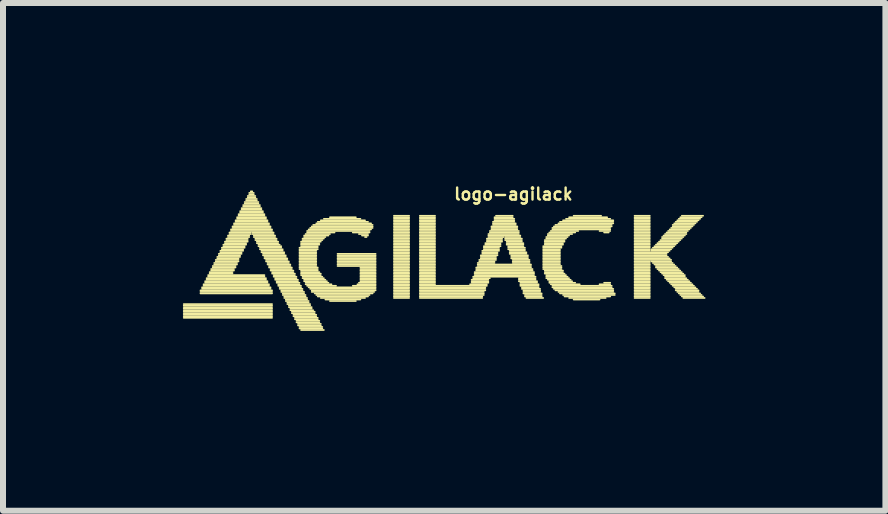
<source format=kicad_pcb>
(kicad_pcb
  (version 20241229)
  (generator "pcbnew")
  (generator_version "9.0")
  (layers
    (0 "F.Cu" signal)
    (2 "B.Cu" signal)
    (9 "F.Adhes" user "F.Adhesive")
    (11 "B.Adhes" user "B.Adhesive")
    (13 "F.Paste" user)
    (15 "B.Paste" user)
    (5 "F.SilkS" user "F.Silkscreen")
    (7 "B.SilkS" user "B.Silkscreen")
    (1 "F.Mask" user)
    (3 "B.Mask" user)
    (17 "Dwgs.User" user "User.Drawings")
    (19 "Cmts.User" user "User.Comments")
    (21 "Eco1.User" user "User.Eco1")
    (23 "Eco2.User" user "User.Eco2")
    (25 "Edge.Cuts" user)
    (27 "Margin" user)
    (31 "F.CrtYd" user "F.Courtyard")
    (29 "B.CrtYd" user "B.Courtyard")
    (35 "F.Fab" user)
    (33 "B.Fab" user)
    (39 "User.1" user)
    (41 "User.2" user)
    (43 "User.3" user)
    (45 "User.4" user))
  (footprint "logo-agilack"
    (layer "F.Cu")
    (at 3.377 1.264)
    (property "Reference" "logo-agilack" (at 2.134 -1.077 0) (layer "F.SilkS") (effects (font (size 0.2 0.2) (thickness 0.04))))
    (attr through_hole)
    (fp_line (start -3.363 0.757) (end -1.89 0.757) (stroke (width 0.028) (type solid)) (layer "F.SilkS"))
    (fp_line (start -3.363 0.782) (end -1.89 0.782) (stroke (width 0.028) (type solid)) (layer "F.SilkS"))
    (fp_line (start -3.363 0.808) (end -1.89 0.808) (stroke (width 0.028) (type solid)) (layer "F.SilkS"))
    (fp_line (start -3.363 0.833) (end -1.89 0.833) (stroke (width 0.028) (type solid)) (layer "F.SilkS"))
    (fp_line (start -3.363 0.859) (end -1.89 0.859) (stroke (width 0.028) (type solid)) (layer "F.SilkS"))
    (fp_line (start -3.363 0.884) (end -1.89 0.884) (stroke (width 0.028) (type solid)) (layer "F.SilkS"))
    (fp_line (start -3.363 0.909) (end -1.89 0.909) (stroke (width 0.028) (type solid)) (layer "F.SilkS"))
    (fp_line (start -3.363 0.935) (end -1.89 0.935) (stroke (width 0.028) (type solid)) (layer "F.SilkS"))
    (fp_line (start -3.363 0.96) (end -1.89 0.96) (stroke (width 0.028) (type solid)) (layer "F.SilkS"))
    (fp_line (start -3.363 0.986) (end -1.89 0.986) (stroke (width 0.028) (type solid)) (layer "F.SilkS"))
    (fp_line (start -3.084 0.528) (end -1.89 0.528) (stroke (width 0.028) (type solid)) (layer "F.SilkS"))
    (fp_line (start -3.084 0.554) (end -1.89 0.554) (stroke (width 0.028) (type solid)) (layer "F.SilkS"))
    (fp_line (start -3.084 0.579) (end -1.89 0.579) (stroke (width 0.028) (type solid)) (layer "F.SilkS"))
    (fp_line (start -3.058 0.478) (end -1.915 0.478) (stroke (width 0.028) (type solid)) (layer "F.SilkS"))
    (fp_line (start -3.058 0.503) (end -1.915 0.503) (stroke (width 0.028) (type solid)) (layer "F.SilkS"))
    (fp_line (start -3.033 0.427) (end -1.941 0.427) (stroke (width 0.028) (type solid)) (layer "F.SilkS"))
    (fp_line (start -3.033 0.452) (end -1.941 0.452) (stroke (width 0.028) (type solid)) (layer "F.SilkS"))
    (fp_line (start -3.007 0.376) (end -1.966 0.376) (stroke (width 0.028) (type solid)) (layer "F.SilkS"))
    (fp_line (start -3.007 0.401) (end -1.966 0.401) (stroke (width 0.028) (type solid)) (layer "F.SilkS"))
    (fp_line (start -2.982 0.325) (end -1.991 0.325) (stroke (width 0.028) (type solid)) (layer "F.SilkS"))
    (fp_line (start -2.982 0.351) (end -1.991 0.351) (stroke (width 0.028) (type solid)) (layer "F.SilkS"))
    (fp_line (start -2.957 0.274) (end -2.017 0.274) (stroke (width 0.028) (type solid)) (layer "F.SilkS"))
    (fp_line (start -2.957 0.3) (end -2.017 0.3) (stroke (width 0.028) (type solid)) (layer "F.SilkS"))
    (fp_line (start -2.931 0.224) (end -2.55 0.224) (stroke (width 0.028) (type solid)) (layer "F.SilkS"))
    (fp_line (start -2.931 0.249) (end -2.55 0.249) (stroke (width 0.028) (type solid)) (layer "F.SilkS"))
    (fp_line (start -2.906 0.173) (end -2.525 0.173) (stroke (width 0.028) (type solid)) (layer "F.SilkS"))
    (fp_line (start -2.906 0.198) (end -2.525 0.198) (stroke (width 0.028) (type solid)) (layer "F.SilkS"))
    (fp_line (start -2.88 0.122) (end -2.499 0.122) (stroke (width 0.028) (type solid)) (layer "F.SilkS"))
    (fp_line (start -2.88 0.147) (end -2.499 0.147) (stroke (width 0.028) (type solid)) (layer "F.SilkS"))
    (fp_line (start -2.855 0.071) (end -2.474 0.071) (stroke (width 0.028) (type solid)) (layer "F.SilkS"))
    (fp_line (start -2.855 0.097) (end -2.474 0.097) (stroke (width 0.028) (type solid)) (layer "F.SilkS"))
    (fp_line (start -2.83 0.02) (end -2.449 0.02) (stroke (width 0.028) (type solid)) (layer "F.SilkS"))
    (fp_line (start -2.83 0.046) (end -2.449 0.046) (stroke (width 0.028) (type solid)) (layer "F.SilkS"))
    (fp_line (start -2.804 -0.03) (end -2.423 -0.03) (stroke (width 0.028) (type solid)) (layer "F.SilkS"))
    (fp_line (start -2.804 -0.005) (end -2.449 -0.005) (stroke (width 0.028) (type solid)) (layer "F.SilkS"))
    (fp_line (start -2.779 -0.081) (end -2.398 -0.081) (stroke (width 0.028) (type solid)) (layer "F.SilkS"))
    (fp_line (start -2.779 -0.056) (end -2.423 -0.056) (stroke (width 0.028) (type solid)) (layer "F.SilkS"))
    (fp_line (start -2.753 -0.132) (end -2.372 -0.132) (stroke (width 0.028) (type solid)) (layer "F.SilkS"))
    (fp_line (start -2.753 -0.107) (end -2.398 -0.107) (stroke (width 0.028) (type solid)) (layer "F.SilkS"))
    (fp_line (start -2.728 -0.183) (end -2.347 -0.183) (stroke (width 0.028) (type solid)) (layer "F.SilkS"))
    (fp_line (start -2.728 -0.157) (end -2.372 -0.157) (stroke (width 0.028) (type solid)) (layer "F.SilkS"))
    (fp_line (start -2.703 -0.234) (end -2.322 -0.234) (stroke (width 0.028) (type solid)) (layer "F.SilkS"))
    (fp_line (start -2.703 -0.208) (end -2.347 -0.208) (stroke (width 0.028) (type solid)) (layer "F.SilkS"))
    (fp_line (start -2.677 -0.284) (end -2.296 -0.284) (stroke (width 0.028) (type solid)) (layer "F.SilkS"))
    (fp_line (start -2.677 -0.259) (end -2.322 -0.259) (stroke (width 0.028) (type solid)) (layer "F.SilkS"))
    (fp_line (start -2.652 -0.335) (end -2.296 -0.335) (stroke (width 0.028) (type solid)) (layer "F.SilkS"))
    (fp_line (start -2.652 -0.31) (end -2.296 -0.31) (stroke (width 0.028) (type solid)) (layer "F.SilkS"))
    (fp_line (start -2.626 -0.386) (end -2.271 -0.386) (stroke (width 0.028) (type solid)) (layer "F.SilkS"))
    (fp_line (start -2.626 -0.361) (end -2.271 -0.361) (stroke (width 0.028) (type solid)) (layer "F.SilkS"))
    (fp_line (start -2.601 -0.437) (end -2.245 -0.437) (stroke (width 0.028) (type solid)) (layer "F.SilkS"))
    (fp_line (start -2.601 -0.411) (end -2.245 -0.411) (stroke (width 0.028) (type solid)) (layer "F.SilkS"))
    (fp_line (start -2.576 -0.488) (end -1.89 -0.488) (stroke (width 0.028) (type solid)) (layer "F.SilkS"))
    (fp_line (start -2.576 -0.462) (end -1.89 -0.462) (stroke (width 0.028) (type solid)) (layer "F.SilkS"))
    (fp_line (start -2.55 -0.538) (end -1.915 -0.538) (stroke (width 0.028) (type solid)) (layer "F.SilkS"))
    (fp_line (start -2.55 -0.513) (end -1.915 -0.513) (stroke (width 0.028) (type solid)) (layer "F.SilkS"))
    (fp_line (start -2.525 -0.589) (end -1.941 -0.589) (stroke (width 0.028) (type solid)) (layer "F.SilkS"))
    (fp_line (start -2.525 -0.564) (end -1.941 -0.564) (stroke (width 0.028) (type solid)) (layer "F.SilkS"))
    (fp_line (start -2.499 -0.64) (end -1.966 -0.64) (stroke (width 0.028) (type solid)) (layer "F.SilkS"))
    (fp_line (start -2.499 -0.615) (end -1.966 -0.615) (stroke (width 0.028) (type solid)) (layer "F.SilkS"))
    (fp_line (start -2.474 -0.691) (end -1.991 -0.691) (stroke (width 0.028) (type solid)) (layer "F.SilkS"))
    (fp_line (start -2.474 -0.665) (end -1.991 -0.665) (stroke (width 0.028) (type solid)) (layer "F.SilkS"))
    (fp_line (start -2.449 -0.742) (end -2.017 -0.742) (stroke (width 0.028) (type solid)) (layer "F.SilkS"))
    (fp_line (start -2.449 -0.716) (end -2.017 -0.716) (stroke (width 0.028) (type solid)) (layer "F.SilkS"))
    (fp_line (start -2.423 -0.792) (end -2.042 -0.792) (stroke (width 0.028) (type solid)) (layer "F.SilkS"))
    (fp_line (start -2.423 -0.767) (end -2.042 -0.767) (stroke (width 0.028) (type solid)) (layer "F.SilkS"))
    (fp_line (start -2.398 -0.843) (end -2.068 -0.843) (stroke (width 0.028) (type solid)) (layer "F.SilkS"))
    (fp_line (start -2.398 -0.818) (end -2.068 -0.818) (stroke (width 0.028) (type solid)) (layer "F.SilkS"))
    (fp_line (start -2.372 -0.894) (end -2.093 -0.894) (stroke (width 0.028) (type solid)) (layer "F.SilkS"))
    (fp_line (start -2.372 -0.869) (end -2.093 -0.869) (stroke (width 0.028) (type solid)) (layer "F.SilkS"))
    (fp_line (start -2.347 -0.945) (end -2.118 -0.945) (stroke (width 0.028) (type solid)) (layer "F.SilkS"))
    (fp_line (start -2.347 -0.919) (end -2.118 -0.919) (stroke (width 0.028) (type solid)) (layer "F.SilkS"))
    (fp_line (start -2.322 -0.996) (end -2.144 -0.996) (stroke (width 0.028) (type solid)) (layer "F.SilkS"))
    (fp_line (start -2.322 -0.97) (end -2.144 -0.97) (stroke (width 0.028) (type solid)) (layer "F.SilkS"))
    (fp_line (start -2.296 -1.046) (end -2.169 -1.046) (stroke (width 0.028) (type solid)) (layer "F.SilkS"))
    (fp_line (start -2.296 -1.021) (end -2.169 -1.021) (stroke (width 0.028) (type solid)) (layer "F.SilkS"))
    (fp_line (start -2.271 -1.097) (end -2.195 -1.097) (stroke (width 0.028) (type solid)) (layer "F.SilkS"))
    (fp_line (start -2.271 -1.072) (end -2.195 -1.072) (stroke (width 0.028) (type solid)) (layer "F.SilkS"))
    (fp_line (start -2.245 -1.123) (end -2.22 -1.123) (stroke (width 0.028) (type solid)) (layer "F.SilkS"))
    (fp_line (start -2.22 -0.437) (end -1.864 -0.437) (stroke (width 0.028) (type solid)) (layer "F.SilkS"))
    (fp_line (start -2.22 -0.411) (end -1.864 -0.411) (stroke (width 0.028) (type solid)) (layer "F.SilkS"))
    (fp_line (start -2.195 -0.386) (end -1.839 -0.386) (stroke (width 0.028) (type solid)) (layer "F.SilkS"))
    (fp_line (start -2.195 -0.361) (end -1.839 -0.361) (stroke (width 0.028) (type solid)) (layer "F.SilkS"))
    (fp_line (start -2.169 -0.335) (end -1.814 -0.335) (stroke (width 0.028) (type solid)) (layer "F.SilkS"))
    (fp_line (start -2.169 -0.31) (end -1.814 -0.31) (stroke (width 0.028) (type solid)) (layer "F.SilkS"))
    (fp_line (start -2.144 -0.284) (end -1.788 -0.284) (stroke (width 0.028) (type solid)) (layer "F.SilkS"))
    (fp_line (start -2.144 -0.259) (end -1.788 -0.259) (stroke (width 0.028) (type solid)) (layer "F.SilkS"))
    (fp_line (start -2.118 -0.234) (end -1.763 -0.234) (stroke (width 0.028) (type solid)) (layer "F.SilkS"))
    (fp_line (start -2.118 -0.208) (end -1.737 -0.208) (stroke (width 0.028) (type solid)) (layer "F.SilkS"))
    (fp_line (start -2.093 -0.183) (end -1.737 -0.183) (stroke (width 0.028) (type solid)) (layer "F.SilkS"))
    (fp_line (start -2.093 -0.157) (end -1.712 -0.157) (stroke (width 0.028) (type solid)) (layer "F.SilkS"))
    (fp_line (start -2.068 -0.132) (end -1.712 -0.132) (stroke (width 0.028) (type solid)) (layer "F.SilkS"))
    (fp_line (start -2.068 -0.107) (end -1.687 -0.107) (stroke (width 0.028) (type solid)) (layer "F.SilkS"))
    (fp_line (start -2.042 -0.081) (end -1.687 -0.081) (stroke (width 0.028) (type solid)) (layer "F.SilkS"))
    (fp_line (start -2.042 -0.056) (end -1.661 -0.056) (stroke (width 0.028) (type solid)) (layer "F.SilkS"))
    (fp_line (start -2.017 -0.03) (end -1.661 -0.03) (stroke (width 0.028) (type solid)) (layer "F.SilkS"))
    (fp_line (start -2.017 -0.005) (end -1.636 -0.005) (stroke (width 0.028) (type solid)) (layer "F.SilkS"))
    (fp_line (start -1.991 0.02) (end -1.636 0.02) (stroke (width 0.028) (type solid)) (layer "F.SilkS"))
    (fp_line (start -1.991 0.046) (end -1.61 0.046) (stroke (width 0.028) (type solid)) (layer "F.SilkS"))
    (fp_line (start -1.966 0.071) (end -1.61 0.071) (stroke (width 0.028) (type solid)) (layer "F.SilkS"))
    (fp_line (start -1.966 0.097) (end -1.585 0.097) (stroke (width 0.028) (type solid)) (layer "F.SilkS"))
    (fp_line (start -1.941 0.122) (end -1.585 0.122) (stroke (width 0.028) (type solid)) (layer "F.SilkS"))
    (fp_line (start -1.941 0.147) (end -1.56 0.147) (stroke (width 0.028) (type solid)) (layer "F.SilkS"))
    (fp_line (start -1.915 0.173) (end -1.56 0.173) (stroke (width 0.028) (type solid)) (layer "F.SilkS"))
    (fp_line (start -1.915 0.198) (end -1.534 0.198) (stroke (width 0.028) (type solid)) (layer "F.SilkS"))
    (fp_line (start -1.89 0.224) (end -1.534 0.224) (stroke (width 0.028) (type solid)) (layer "F.SilkS"))
    (fp_line (start -1.89 0.249) (end -1.509 0.249) (stroke (width 0.028) (type solid)) (layer "F.SilkS"))
    (fp_line (start -1.864 0.274) (end -1.509 0.274) (stroke (width 0.028) (type solid)) (layer "F.SilkS"))
    (fp_line (start -1.864 0.3) (end -1.483 0.3) (stroke (width 0.028) (type solid)) (layer "F.SilkS"))
    (fp_line (start -1.839 0.325) (end -1.483 0.325) (stroke (width 0.028) (type solid)) (layer "F.SilkS"))
    (fp_line (start -1.839 0.351) (end -1.458 0.351) (stroke (width 0.028) (type solid)) (layer "F.SilkS"))
    (fp_line (start -1.814 0.376) (end -1.458 0.376) (stroke (width 0.028) (type solid)) (layer "F.SilkS"))
    (fp_line (start -1.814 0.401) (end -1.433 0.401) (stroke (width 0.028) (type solid)) (layer "F.SilkS"))
    (fp_line (start -1.788 0.427) (end -1.433 0.427) (stroke (width 0.028) (type solid)) (layer "F.SilkS"))
    (fp_line (start -1.788 0.452) (end -1.407 0.452) (stroke (width 0.028) (type solid)) (layer "F.SilkS"))
    (fp_line (start -1.763 0.478) (end -1.407 0.478) (stroke (width 0.028) (type solid)) (layer "F.SilkS"))
    (fp_line (start -1.763 0.503) (end -1.382 0.503) (stroke (width 0.028) (type solid)) (layer "F.SilkS"))
    (fp_line (start -1.737 0.528) (end -1.382 0.528) (stroke (width 0.028) (type solid)) (layer "F.SilkS"))
    (fp_line (start -1.737 0.554) (end -1.356 0.554) (stroke (width 0.028) (type solid)) (layer "F.SilkS"))
    (fp_line (start -1.712 0.579) (end -1.356 0.579) (stroke (width 0.028) (type solid)) (layer "F.SilkS"))
    (fp_line (start -1.712 0.605) (end -1.331 0.605) (stroke (width 0.028) (type solid)) (layer "F.SilkS"))
    (fp_line (start -1.687 0.63) (end -1.331 0.63) (stroke (width 0.028) (type solid)) (layer "F.SilkS"))
    (fp_line (start -1.687 0.655) (end -1.306 0.655) (stroke (width 0.028) (type solid)) (layer "F.SilkS"))
    (fp_line (start -1.661 0.681) (end -1.306 0.681) (stroke (width 0.028) (type solid)) (layer "F.SilkS"))
    (fp_line (start -1.661 0.706) (end -1.28 0.706) (stroke (width 0.028) (type solid)) (layer "F.SilkS"))
    (fp_line (start -1.636 0.732) (end -1.28 0.732) (stroke (width 0.028) (type solid)) (layer "F.SilkS"))
    (fp_line (start -1.636 0.757) (end -1.255 0.757) (stroke (width 0.028) (type solid)) (layer "F.SilkS"))
    (fp_line (start -1.61 0.782) (end -1.255 0.782) (stroke (width 0.028) (type solid)) (layer "F.SilkS"))
    (fp_line (start -1.61 0.808) (end -1.229 0.808) (stroke (width 0.028) (type solid)) (layer "F.SilkS"))
    (fp_line (start -1.585 0.833) (end -1.229 0.833) (stroke (width 0.028) (type solid)) (layer "F.SilkS"))
    (fp_line (start -1.585 0.859) (end -1.204 0.859) (stroke (width 0.028) (type solid)) (layer "F.SilkS"))
    (fp_line (start -1.56 0.884) (end -1.179 0.884) (stroke (width 0.028) (type solid)) (layer "F.SilkS"))
    (fp_line (start -1.56 0.909) (end -1.179 0.909) (stroke (width 0.028) (type solid)) (layer "F.SilkS"))
    (fp_line (start -1.534 0.935) (end -1.153 0.935) (stroke (width 0.028) (type solid)) (layer "F.SilkS"))
    (fp_line (start -1.534 0.96) (end -1.153 0.96) (stroke (width 0.028) (type solid)) (layer "F.SilkS"))
    (fp_line (start -1.509 0.986) (end -1.128 0.986) (stroke (width 0.028) (type solid)) (layer "F.SilkS"))
    (fp_line (start -1.509 1.011) (end -1.128 1.011) (stroke (width 0.028) (type solid)) (layer "F.SilkS"))
    (fp_line (start -1.483 1.036) (end -1.102 1.036) (stroke (width 0.028) (type solid)) (layer "F.SilkS"))
    (fp_line (start -1.483 1.062) (end -1.102 1.062) (stroke (width 0.028) (type solid)) (layer "F.SilkS"))
    (fp_line (start -1.458 1.087) (end -1.077 1.087) (stroke (width 0.028) (type solid)) (layer "F.SilkS"))
    (fp_line (start -1.458 1.113) (end -1.077 1.113) (stroke (width 0.028) (type solid)) (layer "F.SilkS"))
    (fp_line (start -1.433 -0.183) (end -1.128 -0.183) (stroke (width 0.028) (type solid)) (layer "F.SilkS"))
    (fp_line (start -1.433 -0.157) (end -1.128 -0.157) (stroke (width 0.028) (type solid)) (layer "F.SilkS"))
    (fp_line (start -1.433 -0.132) (end -1.153 -0.132) (stroke (width 0.028) (type solid)) (layer "F.SilkS"))
    (fp_line (start -1.433 -0.107) (end -1.153 -0.107) (stroke (width 0.028) (type solid)) (layer "F.SilkS"))
    (fp_line (start -1.433 -0.081) (end -1.153 -0.081) (stroke (width 0.028) (type solid)) (layer "F.SilkS"))
    (fp_line (start -1.433 -0.056) (end -1.153 -0.056) (stroke (width 0.028) (type solid)) (layer "F.SilkS"))
    (fp_line (start -1.433 -0.03) (end -1.153 -0.03) (stroke (width 0.028) (type solid)) (layer "F.SilkS"))
    (fp_line (start -1.433 -0.005) (end -1.153 -0.005) (stroke (width 0.028) (type solid)) (layer "F.SilkS"))
    (fp_line (start -1.433 0.02) (end -1.153 0.02) (stroke (width 0.028) (type solid)) (layer "F.SilkS"))
    (fp_line (start -1.433 0.046) (end -1.153 0.046) (stroke (width 0.028) (type solid)) (layer "F.SilkS"))
    (fp_line (start -1.433 0.071) (end -1.153 0.071) (stroke (width 0.028) (type solid)) (layer "F.SilkS"))
    (fp_line (start -1.433 0.097) (end -1.153 0.097) (stroke (width 0.028) (type solid)) (layer "F.SilkS"))
    (fp_line (start -1.433 0.122) (end -1.153 0.122) (stroke (width 0.028) (type solid)) (layer "F.SilkS"))
    (fp_line (start -1.433 0.147) (end -1.128 0.147) (stroke (width 0.028) (type solid)) (layer "F.SilkS"))
    (fp_line (start -1.433 0.173) (end -1.128 0.173) (stroke (width 0.028) (type solid)) (layer "F.SilkS"))
    (fp_line (start -1.433 1.138) (end -1.052 1.138) (stroke (width 0.028) (type solid)) (layer "F.SilkS"))
    (fp_line (start -1.433 1.163) (end -1.052 1.163) (stroke (width 0.028) (type solid)) (layer "F.SilkS"))
    (fp_line (start -1.407 -0.284) (end -1.077 -0.284) (stroke (width 0.028) (type solid)) (layer "F.SilkS"))
    (fp_line (start -1.407 -0.259) (end -1.102 -0.259) (stroke (width 0.028) (type solid)) (layer "F.SilkS"))
    (fp_line (start -1.407 -0.234) (end -1.102 -0.234) (stroke (width 0.028) (type solid)) (layer "F.SilkS"))
    (fp_line (start -1.407 -0.208) (end -1.128 -0.208) (stroke (width 0.028) (type solid)) (layer "F.SilkS"))
    (fp_line (start -1.407 0.198) (end -1.128 0.198) (stroke (width 0.028) (type solid)) (layer "F.SilkS"))
    (fp_line (start -1.407 0.224) (end -1.102 0.224) (stroke (width 0.028) (type solid)) (layer "F.SilkS"))
    (fp_line (start -1.407 0.249) (end -1.077 0.249) (stroke (width 0.028) (type solid)) (layer "F.SilkS"))
    (fp_line (start -1.407 0.274) (end -1.077 0.274) (stroke (width 0.028) (type solid)) (layer "F.SilkS"))
    (fp_line (start -1.407 1.189) (end -1.026 1.189) (stroke (width 0.028) (type solid)) (layer "F.SilkS"))
    (fp_line (start -1.382 -0.335) (end -1.026 -0.335) (stroke (width 0.028) (type solid)) (layer "F.SilkS"))
    (fp_line (start -1.382 -0.31) (end -1.052 -0.31) (stroke (width 0.028) (type solid)) (layer "F.SilkS"))
    (fp_line (start -1.382 0.3) (end -1.052 0.3) (stroke (width 0.028) (type solid)) (layer "F.SilkS"))
    (fp_line (start -1.382 0.325) (end -1.026 0.325) (stroke (width 0.028) (type solid)) (layer "F.SilkS"))
    (fp_line (start -1.356 -0.386) (end -0.95 -0.386) (stroke (width 0.028) (type solid)) (layer "F.SilkS"))
    (fp_line (start -1.356 -0.361) (end -1.001 -0.361) (stroke (width 0.028) (type solid)) (layer "F.SilkS"))
    (fp_line (start -1.356 0.351) (end -1.001 0.351) (stroke (width 0.028) (type solid)) (layer "F.SilkS"))
    (fp_line (start -1.356 0.376) (end -0.975 0.376) (stroke (width 0.028) (type solid)) (layer "F.SilkS"))
    (fp_line (start -1.331 -0.411) (end -0.925 -0.411) (stroke (width 0.028) (type solid)) (layer "F.SilkS"))
    (fp_line (start -1.331 0.401) (end -0.95 0.401) (stroke (width 0.028) (type solid)) (layer "F.SilkS"))
    (fp_line (start -1.331 0.427) (end -0.899 0.427) (stroke (width 0.028) (type solid)) (layer "F.SilkS"))
    (fp_line (start -1.306 -0.462) (end -0.264 -0.462) (stroke (width 0.028) (type solid)) (layer "F.SilkS"))
    (fp_line (start -1.306 -0.437) (end -0.848 -0.437) (stroke (width 0.028) (type solid)) (layer "F.SilkS"))
    (fp_line (start -1.306 0.452) (end -0.823 0.452) (stroke (width 0.028) (type solid)) (layer "F.SilkS"))
    (fp_line (start -1.28 -0.488) (end -0.239 -0.488) (stroke (width 0.028) (type solid)) (layer "F.SilkS"))
    (fp_line (start -1.28 0.478) (end -0.163 0.478) (stroke (width 0.028) (type solid)) (layer "F.SilkS"))
    (fp_line (start -1.255 -0.513) (end -0.213 -0.513) (stroke (width 0.028) (type solid)) (layer "F.SilkS"))
    (fp_line (start -1.255 0.503) (end -0.163 0.503) (stroke (width 0.028) (type solid)) (layer "F.SilkS"))
    (fp_line (start -1.229 -0.538) (end -0.213 -0.538) (stroke (width 0.028) (type solid)) (layer "F.SilkS"))
    (fp_line (start -1.229 0.528) (end -0.163 0.528) (stroke (width 0.028) (type solid)) (layer "F.SilkS"))
    (fp_line (start -1.229 0.554) (end -0.188 0.554) (stroke (width 0.028) (type solid)) (layer "F.SilkS"))
    (fp_line (start -1.204 -0.564) (end -0.213 -0.564) (stroke (width 0.028) (type solid)) (layer "F.SilkS"))
    (fp_line (start -1.179 0.579) (end -0.213 0.579) (stroke (width 0.028) (type solid)) (layer "F.SilkS"))
    (fp_line (start -1.153 -0.589) (end -0.239 -0.589) (stroke (width 0.028) (type solid)) (layer "F.SilkS"))
    (fp_line (start -1.153 0.605) (end -0.264 0.605) (stroke (width 0.028) (type solid)) (layer "F.SilkS"))
    (fp_line (start -1.128 -0.615) (end -0.29 -0.615) (stroke (width 0.028) (type solid)) (layer "F.SilkS"))
    (fp_line (start -1.128 0.63) (end -0.29 0.63) (stroke (width 0.028) (type solid)) (layer "F.SilkS"))
    (fp_line (start -1.077 -0.64) (end -0.34 -0.64) (stroke (width 0.028) (type solid)) (layer "F.SilkS"))
    (fp_line (start -1.077 0.655) (end -0.34 0.655) (stroke (width 0.028) (type solid)) (layer "F.SilkS"))
    (fp_line (start -1.026 -0.665) (end -0.417 -0.665) (stroke (width 0.028) (type solid)) (layer "F.SilkS"))
    (fp_line (start -1.001 0.681) (end -0.417 0.681) (stroke (width 0.028) (type solid)) (layer "F.SilkS"))
    (fp_line (start -0.925 -0.691) (end -0.493 -0.691) (stroke (width 0.028) (type solid)) (layer "F.SilkS"))
    (fp_line (start -0.925 0.706) (end -0.493 0.706) (stroke (width 0.028) (type solid)) (layer "F.SilkS"))
    (fp_line (start -0.798 -0.081) (end -0.163 -0.081) (stroke (width 0.028) (type solid)) (layer "F.SilkS"))
    (fp_line (start -0.798 -0.056) (end -0.163 -0.056) (stroke (width 0.028) (type solid)) (layer "F.SilkS"))
    (fp_line (start -0.798 -0.03) (end -0.163 -0.03) (stroke (width 0.028) (type solid)) (layer "F.SilkS"))
    (fp_line (start -0.798 -0.005) (end -0.163 -0.005) (stroke (width 0.028) (type solid)) (layer "F.SilkS"))
    (fp_line (start -0.798 0.02) (end -0.163 0.02) (stroke (width 0.028) (type solid)) (layer "F.SilkS"))
    (fp_line (start -0.798 0.046) (end -0.163 0.046) (stroke (width 0.028) (type solid)) (layer "F.SilkS"))
    (fp_line (start -0.798 0.071) (end -0.163 0.071) (stroke (width 0.028) (type solid)) (layer "F.SilkS"))
    (fp_line (start -0.798 0.097) (end -0.163 0.097) (stroke (width 0.028) (type solid)) (layer "F.SilkS"))
    (fp_line (start -0.798 0.122) (end -0.163 0.122) (stroke (width 0.028) (type solid)) (layer "F.SilkS"))
    (fp_line (start -0.544 -0.437) (end -0.264 -0.437) (stroke (width 0.028) (type solid)) (layer "F.SilkS"))
    (fp_line (start -0.544 0.452) (end -0.163 0.452) (stroke (width 0.028) (type solid)) (layer "F.SilkS"))
    (fp_line (start -0.467 0.427) (end -0.163 0.427) (stroke (width 0.028) (type solid)) (layer "F.SilkS"))
    (fp_line (start -0.442 -0.411) (end -0.29 -0.411) (stroke (width 0.028) (type solid)) (layer "F.SilkS"))
    (fp_line (start -0.442 0.401) (end -0.163 0.401) (stroke (width 0.028) (type solid)) (layer "F.SilkS"))
    (fp_line (start -0.417 0.147) (end -0.163 0.147) (stroke (width 0.028) (type solid)) (layer "F.SilkS"))
    (fp_line (start -0.417 0.173) (end -0.163 0.173) (stroke (width 0.028) (type solid)) (layer "F.SilkS"))
    (fp_line (start -0.417 0.198) (end -0.163 0.198) (stroke (width 0.028) (type solid)) (layer "F.SilkS"))
    (fp_line (start -0.417 0.224) (end -0.163 0.224) (stroke (width 0.028) (type solid)) (layer "F.SilkS"))
    (fp_line (start -0.417 0.249) (end -0.163 0.249) (stroke (width 0.028) (type solid)) (layer "F.SilkS"))
    (fp_line (start -0.417 0.274) (end -0.163 0.274) (stroke (width 0.028) (type solid)) (layer "F.SilkS"))
    (fp_line (start -0.417 0.3) (end -0.163 0.3) (stroke (width 0.028) (type solid)) (layer "F.SilkS"))
    (fp_line (start -0.417 0.325) (end -0.163 0.325) (stroke (width 0.028) (type solid)) (layer "F.SilkS"))
    (fp_line (start -0.417 0.351) (end -0.163 0.351) (stroke (width 0.028) (type solid)) (layer "F.SilkS"))
    (fp_line (start -0.417 0.376) (end -0.163 0.376) (stroke (width 0.028) (type solid)) (layer "F.SilkS"))
    (fp_line (start -0.391 -0.386) (end -0.29 -0.386) (stroke (width 0.028) (type solid)) (layer "F.SilkS"))
    (fp_line (start -0.34 -0.361) (end -0.315 -0.361) (stroke (width 0.028) (type solid)) (layer "F.SilkS"))
    (fp_line (start 0.142 -0.716) (end 0.396 -0.716) (stroke (width 0.028) (type solid)) (layer "F.SilkS"))
    (fp_line (start 0.142 -0.691) (end 0.396 -0.691) (stroke (width 0.028) (type solid)) (layer "F.SilkS"))
    (fp_line (start 0.142 -0.665) (end 0.396 -0.665) (stroke (width 0.028) (type solid)) (layer "F.SilkS"))
    (fp_line (start 0.142 -0.64) (end 0.396 -0.64) (stroke (width 0.028) (type solid)) (layer "F.SilkS"))
    (fp_line (start 0.142 -0.615) (end 0.396 -0.615) (stroke (width 0.028) (type solid)) (layer "F.SilkS"))
    (fp_line (start 0.142 -0.589) (end 0.396 -0.589) (stroke (width 0.028) (type solid)) (layer "F.SilkS"))
    (fp_line (start 0.142 -0.564) (end 0.396 -0.564) (stroke (width 0.028) (type solid)) (layer "F.SilkS"))
    (fp_line (start 0.142 -0.538) (end 0.396 -0.538) (stroke (width 0.028) (type solid)) (layer "F.SilkS"))
    (fp_line (start 0.142 -0.513) (end 0.396 -0.513) (stroke (width 0.028) (type solid)) (layer "F.SilkS"))
    (fp_line (start 0.142 -0.488) (end 0.396 -0.488) (stroke (width 0.028) (type solid)) (layer "F.SilkS"))
    (fp_line (start 0.142 -0.462) (end 0.396 -0.462) (stroke (width 0.028) (type solid)) (layer "F.SilkS"))
    (fp_line (start 0.142 -0.437) (end 0.396 -0.437) (stroke (width 0.028) (type solid)) (layer "F.SilkS"))
    (fp_line (start 0.142 -0.411) (end 0.396 -0.411) (stroke (width 0.028) (type solid)) (layer "F.SilkS"))
    (fp_line (start 0.142 -0.386) (end 0.396 -0.386) (stroke (width 0.028) (type solid)) (layer "F.SilkS"))
    (fp_line (start 0.142 -0.361) (end 0.396 -0.361) (stroke (width 0.028) (type solid)) (layer "F.SilkS"))
    (fp_line (start 0.142 -0.335) (end 0.396 -0.335) (stroke (width 0.028) (type solid)) (layer "F.SilkS"))
    (fp_line (start 0.142 -0.31) (end 0.396 -0.31) (stroke (width 0.028) (type solid)) (layer "F.SilkS"))
    (fp_line (start 0.142 -0.284) (end 0.396 -0.284) (stroke (width 0.028) (type solid)) (layer "F.SilkS"))
    (fp_line (start 0.142 -0.259) (end 0.396 -0.259) (stroke (width 0.028) (type solid)) (layer "F.SilkS"))
    (fp_line (start 0.142 -0.234) (end 0.396 -0.234) (stroke (width 0.028) (type solid)) (layer "F.SilkS"))
    (fp_line (start 0.142 -0.208) (end 0.396 -0.208) (stroke (width 0.028) (type solid)) (layer "F.SilkS"))
    (fp_line (start 0.142 -0.183) (end 0.396 -0.183) (stroke (width 0.028) (type solid)) (layer "F.SilkS"))
    (fp_line (start 0.142 -0.157) (end 0.396 -0.157) (stroke (width 0.028) (type solid)) (layer "F.SilkS"))
    (fp_line (start 0.142 -0.132) (end 0.396 -0.132) (stroke (width 0.028) (type solid)) (layer "F.SilkS"))
    (fp_line (start 0.142 -0.107) (end 0.396 -0.107) (stroke (width 0.028) (type solid)) (layer "F.SilkS"))
    (fp_line (start 0.142 -0.081) (end 0.396 -0.081) (stroke (width 0.028) (type solid)) (layer "F.SilkS"))
    (fp_line (start 0.142 -0.056) (end 0.396 -0.056) (stroke (width 0.028) (type solid)) (layer "F.SilkS"))
    (fp_line (start 0.142 -0.03) (end 0.396 -0.03) (stroke (width 0.028) (type solid)) (layer "F.SilkS"))
    (fp_line (start 0.142 -0.005) (end 0.396 -0.005) (stroke (width 0.028) (type solid)) (layer "F.SilkS"))
    (fp_line (start 0.142 0.02) (end 0.396 0.02) (stroke (width 0.028) (type solid)) (layer "F.SilkS"))
    (fp_line (start 0.142 0.046) (end 0.396 0.046) (stroke (width 0.028) (type solid)) (layer "F.SilkS"))
    (fp_line (start 0.142 0.071) (end 0.396 0.071) (stroke (width 0.028) (type solid)) (layer "F.SilkS"))
    (fp_line (start 0.142 0.097) (end 0.396 0.097) (stroke (width 0.028) (type solid)) (layer "F.SilkS"))
    (fp_line (start 0.142 0.122) (end 0.396 0.122) (stroke (width 0.028) (type solid)) (layer "F.SilkS"))
    (fp_line (start 0.142 0.147) (end 0.396 0.147) (stroke (width 0.028) (type solid)) (layer "F.SilkS"))
    (fp_line (start 0.142 0.173) (end 0.396 0.173) (stroke (width 0.028) (type solid)) (layer "F.SilkS"))
    (fp_line (start 0.142 0.198) (end 0.396 0.198) (stroke (width 0.028) (type solid)) (layer "F.SilkS"))
    (fp_line (start 0.142 0.224) (end 0.396 0.224) (stroke (width 0.028) (type solid)) (layer "F.SilkS"))
    (fp_line (start 0.142 0.249) (end 0.396 0.249) (stroke (width 0.028) (type solid)) (layer "F.SilkS"))
    (fp_line (start 0.142 0.274) (end 0.396 0.274) (stroke (width 0.028) (type solid)) (layer "F.SilkS"))
    (fp_line (start 0.142 0.3) (end 0.396 0.3) (stroke (width 0.028) (type solid)) (layer "F.SilkS"))
    (fp_line (start 0.142 0.325) (end 0.396 0.325) (stroke (width 0.028) (type solid)) (layer "F.SilkS"))
    (fp_line (start 0.142 0.351) (end 0.396 0.351) (stroke (width 0.028) (type solid)) (layer "F.SilkS"))
    (fp_line (start 0.142 0.376) (end 0.396 0.376) (stroke (width 0.028) (type solid)) (layer "F.SilkS"))
    (fp_line (start 0.142 0.401) (end 0.396 0.401) (stroke (width 0.028) (type solid)) (layer "F.SilkS"))
    (fp_line (start 0.142 0.427) (end 0.396 0.427) (stroke (width 0.028) (type solid)) (layer "F.SilkS"))
    (fp_line (start 0.142 0.452) (end 0.396 0.452) (stroke (width 0.028) (type solid)) (layer "F.SilkS"))
    (fp_line (start 0.142 0.478) (end 0.396 0.478) (stroke (width 0.028) (type solid)) (layer "F.SilkS"))
    (fp_line (start 0.142 0.503) (end 0.396 0.503) (stroke (width 0.028) (type solid)) (layer "F.SilkS"))
    (fp_line (start 0.142 0.528) (end 0.396 0.528) (stroke (width 0.028) (type solid)) (layer "F.SilkS"))
    (fp_line (start 0.142 0.554) (end 0.396 0.554) (stroke (width 0.028) (type solid)) (layer "F.SilkS"))
    (fp_line (start 0.142 0.579) (end 0.396 0.579) (stroke (width 0.028) (type solid)) (layer "F.SilkS"))
    (fp_line (start 0.142 0.605) (end 0.396 0.605) (stroke (width 0.028) (type solid)) (layer "F.SilkS"))
    (fp_line (start 0.142 0.63) (end 0.396 0.63) (stroke (width 0.028) (type solid)) (layer "F.SilkS"))
    (fp_line (start 0.142 0.655) (end 0.396 0.655) (stroke (width 0.028) (type solid)) (layer "F.SilkS"))
    (fp_line (start 0.574 -0.716) (end 0.828 -0.716) (stroke (width 0.028) (type solid)) (layer "F.SilkS"))
    (fp_line (start 0.574 -0.691) (end 0.828 -0.691) (stroke (width 0.028) (type solid)) (layer "F.SilkS"))
    (fp_line (start 0.574 -0.665) (end 0.828 -0.665) (stroke (width 0.028) (type solid)) (layer "F.SilkS"))
    (fp_line (start 0.574 -0.64) (end 0.828 -0.64) (stroke (width 0.028) (type solid)) (layer "F.SilkS"))
    (fp_line (start 0.574 -0.615) (end 0.828 -0.615) (stroke (width 0.028) (type solid)) (layer "F.SilkS"))
    (fp_line (start 0.574 -0.589) (end 0.828 -0.589) (stroke (width 0.028) (type solid)) (layer "F.SilkS"))
    (fp_line (start 0.574 -0.564) (end 0.828 -0.564) (stroke (width 0.028) (type solid)) (layer "F.SilkS"))
    (fp_line (start 0.574 -0.538) (end 0.828 -0.538) (stroke (width 0.028) (type solid)) (layer "F.SilkS"))
    (fp_line (start 0.574 -0.513) (end 0.828 -0.513) (stroke (width 0.028) (type solid)) (layer "F.SilkS"))
    (fp_line (start 0.574 -0.488) (end 0.828 -0.488) (stroke (width 0.028) (type solid)) (layer "F.SilkS"))
    (fp_line (start 0.574 -0.462) (end 0.828 -0.462) (stroke (width 0.028) (type solid)) (layer "F.SilkS"))
    (fp_line (start 0.574 -0.437) (end 0.828 -0.437) (stroke (width 0.028) (type solid)) (layer "F.SilkS"))
    (fp_line (start 0.574 -0.411) (end 0.828 -0.411) (stroke (width 0.028) (type solid)) (layer "F.SilkS"))
    (fp_line (start 0.574 -0.386) (end 0.828 -0.386) (stroke (width 0.028) (type solid)) (layer "F.SilkS"))
    (fp_line (start 0.574 -0.361) (end 0.828 -0.361) (stroke (width 0.028) (type solid)) (layer "F.SilkS"))
    (fp_line (start 0.574 -0.335) (end 0.828 -0.335) (stroke (width 0.028) (type solid)) (layer "F.SilkS"))
    (fp_line (start 0.574 -0.31) (end 0.828 -0.31) (stroke (width 0.028) (type solid)) (layer "F.SilkS"))
    (fp_line (start 0.574 -0.284) (end 0.828 -0.284) (stroke (width 0.028) (type solid)) (layer "F.SilkS"))
    (fp_line (start 0.574 -0.259) (end 0.828 -0.259) (stroke (width 0.028) (type solid)) (layer "F.SilkS"))
    (fp_line (start 0.574 -0.234) (end 0.828 -0.234) (stroke (width 0.028) (type solid)) (layer "F.SilkS"))
    (fp_line (start 0.574 -0.208) (end 0.828 -0.208) (stroke (width 0.028) (type solid)) (layer "F.SilkS"))
    (fp_line (start 0.574 -0.183) (end 0.828 -0.183) (stroke (width 0.028) (type solid)) (layer "F.SilkS"))
    (fp_line (start 0.574 -0.157) (end 0.828 -0.157) (stroke (width 0.028) (type solid)) (layer "F.SilkS"))
    (fp_line (start 0.574 -0.132) (end 0.828 -0.132) (stroke (width 0.028) (type solid)) (layer "F.SilkS"))
    (fp_line (start 0.574 -0.107) (end 0.828 -0.107) (stroke (width 0.028) (type solid)) (layer "F.SilkS"))
    (fp_line (start 0.574 -0.081) (end 0.828 -0.081) (stroke (width 0.028) (type solid)) (layer "F.SilkS"))
    (fp_line (start 0.574 -0.056) (end 0.828 -0.056) (stroke (width 0.028) (type solid)) (layer "F.SilkS"))
    (fp_line (start 0.574 -0.03) (end 0.828 -0.03) (stroke (width 0.028) (type solid)) (layer "F.SilkS"))
    (fp_line (start 0.574 -0.005) (end 0.828 -0.005) (stroke (width 0.028) (type solid)) (layer "F.SilkS"))
    (fp_line (start 0.574 0.02) (end 0.828 0.02) (stroke (width 0.028) (type solid)) (layer "F.SilkS"))
    (fp_line (start 0.574 0.046) (end 0.828 0.046) (stroke (width 0.028) (type solid)) (layer "F.SilkS"))
    (fp_line (start 0.574 0.071) (end 0.828 0.071) (stroke (width 0.028) (type solid)) (layer "F.SilkS"))
    (fp_line (start 0.574 0.097) (end 0.828 0.097) (stroke (width 0.028) (type solid)) (layer "F.SilkS"))
    (fp_line (start 0.574 0.122) (end 0.828 0.122) (stroke (width 0.028) (type solid)) (layer "F.SilkS"))
    (fp_line (start 0.574 0.147) (end 0.828 0.147) (stroke (width 0.028) (type solid)) (layer "F.SilkS"))
    (fp_line (start 0.574 0.173) (end 0.828 0.173) (stroke (width 0.028) (type solid)) (layer "F.SilkS"))
    (fp_line (start 0.574 0.198) (end 0.828 0.198) (stroke (width 0.028) (type solid)) (layer "F.SilkS"))
    (fp_line (start 0.574 0.224) (end 0.828 0.224) (stroke (width 0.028) (type solid)) (layer "F.SilkS"))
    (fp_line (start 0.574 0.249) (end 0.828 0.249) (stroke (width 0.028) (type solid)) (layer "F.SilkS"))
    (fp_line (start 0.574 0.274) (end 0.828 0.274) (stroke (width 0.028) (type solid)) (layer "F.SilkS"))
    (fp_line (start 0.574 0.3) (end 0.828 0.3) (stroke (width 0.028) (type solid)) (layer "F.SilkS"))
    (fp_line (start 0.574 0.325) (end 0.828 0.325) (stroke (width 0.028) (type solid)) (layer "F.SilkS"))
    (fp_line (start 0.574 0.351) (end 0.828 0.351) (stroke (width 0.028) (type solid)) (layer "F.SilkS"))
    (fp_line (start 0.574 0.376) (end 0.828 0.376) (stroke (width 0.028) (type solid)) (layer "F.SilkS"))
    (fp_line (start 0.574 0.401) (end 0.828 0.401) (stroke (width 0.028) (type solid)) (layer "F.SilkS"))
    (fp_line (start 0.574 0.427) (end 0.828 0.427) (stroke (width 0.028) (type solid)) (layer "F.SilkS"))
    (fp_line (start 0.574 0.452) (end 1.692 0.452) (stroke (width 0.028) (type solid)) (layer "F.SilkS"))
    (fp_line (start 0.574 0.478) (end 1.666 0.478) (stroke (width 0.028) (type solid)) (layer "F.SilkS"))
    (fp_line (start 0.574 0.503) (end 1.666 0.503) (stroke (width 0.028) (type solid)) (layer "F.SilkS"))
    (fp_line (start 0.574 0.528) (end 1.666 0.528) (stroke (width 0.028) (type solid)) (layer "F.SilkS"))
    (fp_line (start 0.574 0.554) (end 1.641 0.554) (stroke (width 0.028) (type solid)) (layer "F.SilkS"))
    (fp_line (start 0.574 0.579) (end 1.641 0.579) (stroke (width 0.028) (type solid)) (layer "F.SilkS"))
    (fp_line (start 0.574 0.605) (end 1.641 0.605) (stroke (width 0.028) (type solid)) (layer "F.SilkS"))
    (fp_line (start 0.574 0.63) (end 1.615 0.63) (stroke (width 0.028) (type solid)) (layer "F.SilkS"))
    (fp_line (start 0.574 0.655) (end 1.615 0.655) (stroke (width 0.028) (type solid)) (layer "F.SilkS"))
    (fp_line (start 1.412 0.427) (end 1.692 0.427) (stroke (width 0.028) (type solid)) (layer "F.SilkS"))
    (fp_line (start 1.438 0.351) (end 1.717 0.351) (stroke (width 0.028) (type solid)) (layer "F.SilkS"))
    (fp_line (start 1.438 0.376) (end 1.717 0.376) (stroke (width 0.028) (type solid)) (layer "F.SilkS"))
    (fp_line (start 1.438 0.401) (end 1.717 0.401) (stroke (width 0.028) (type solid)) (layer "F.SilkS"))
    (fp_line (start 1.463 0.3) (end 2.504 0.3) (stroke (width 0.028) (type solid)) (layer "F.SilkS"))
    (fp_line (start 1.463 0.325) (end 1.742 0.325) (stroke (width 0.028) (type solid)) (layer "F.SilkS"))
    (fp_line (start 1.488 0.224) (end 2.479 0.224) (stroke (width 0.028) (type solid)) (layer "F.SilkS"))
    (fp_line (start 1.488 0.249) (end 2.479 0.249) (stroke (width 0.028) (type solid)) (layer "F.SilkS"))
    (fp_line (start 1.488 0.274) (end 2.479 0.274) (stroke (width 0.028) (type solid)) (layer "F.SilkS"))
    (fp_line (start 1.514 0.147) (end 2.428 0.147) (stroke (width 0.028) (type solid)) (layer "F.SilkS"))
    (fp_line (start 1.514 0.173) (end 2.454 0.173) (stroke (width 0.028) (type solid)) (layer "F.SilkS"))
    (fp_line (start 1.514 0.198) (end 2.454 0.198) (stroke (width 0.028) (type solid)) (layer "F.SilkS"))
    (fp_line (start 1.539 0.071) (end 1.819 0.071) (stroke (width 0.028) (type solid)) (layer "F.SilkS"))
    (fp_line (start 1.539 0.097) (end 2.428 0.097) (stroke (width 0.028) (type solid)) (layer "F.SilkS"))
    (fp_line (start 1.539 0.122) (end 2.428 0.122) (stroke (width 0.028) (type solid)) (layer "F.SilkS"))
    (fp_line (start 1.565 0.02) (end 1.844 0.02) (stroke (width 0.028) (type solid)) (layer "F.SilkS"))
    (fp_line (start 1.565 0.046) (end 1.819 0.046) (stroke (width 0.028) (type solid)) (layer "F.SilkS"))
    (fp_line (start 1.59 -0.056) (end 1.869 -0.056) (stroke (width 0.028) (type solid)) (layer "F.SilkS"))
    (fp_line (start 1.59 -0.03) (end 1.844 -0.03) (stroke (width 0.028) (type solid)) (layer "F.SilkS"))
    (fp_line (start 1.59 -0.005) (end 1.844 -0.005) (stroke (width 0.028) (type solid)) (layer "F.SilkS"))
    (fp_line (start 1.615 -0.132) (end 1.895 -0.132) (stroke (width 0.028) (type solid)) (layer "F.SilkS"))
    (fp_line (start 1.615 -0.107) (end 1.869 -0.107) (stroke (width 0.028) (type solid)) (layer "F.SilkS"))
    (fp_line (start 1.615 -0.081) (end 1.869 -0.081) (stroke (width 0.028) (type solid)) (layer "F.SilkS"))
    (fp_line (start 1.641 -0.208) (end 1.92 -0.208) (stroke (width 0.028) (type solid)) (layer "F.SilkS"))
    (fp_line (start 1.641 -0.183) (end 1.895 -0.183) (stroke (width 0.028) (type solid)) (layer "F.SilkS"))
    (fp_line (start 1.641 -0.157) (end 1.895 -0.157) (stroke (width 0.028) (type solid)) (layer "F.SilkS"))
    (fp_line (start 1.666 -0.259) (end 1.92 -0.259) (stroke (width 0.028) (type solid)) (layer "F.SilkS"))
    (fp_line (start 1.666 -0.234) (end 1.92 -0.234) (stroke (width 0.028) (type solid)) (layer "F.SilkS"))
    (fp_line (start 1.692 -0.335) (end 1.946 -0.335) (stroke (width 0.028) (type solid)) (layer "F.SilkS"))
    (fp_line (start 1.692 -0.31) (end 1.946 -0.31) (stroke (width 0.028) (type solid)) (layer "F.SilkS"))
    (fp_line (start 1.692 -0.284) (end 1.946 -0.284) (stroke (width 0.028) (type solid)) (layer "F.SilkS"))
    (fp_line (start 1.717 -0.411) (end 2.225 -0.411) (stroke (width 0.028) (type solid)) (layer "F.SilkS"))
    (fp_line (start 1.717 -0.386) (end 2.25 -0.386) (stroke (width 0.028) (type solid)) (layer "F.SilkS"))
    (fp_line (start 1.717 -0.361) (end 1.971 -0.361) (stroke (width 0.028) (type solid)) (layer "F.SilkS"))
    (fp_line (start 1.742 -0.462) (end 2.225 -0.462) (stroke (width 0.028) (type solid)) (layer "F.SilkS"))
    (fp_line (start 1.742 -0.437) (end 2.225 -0.437) (stroke (width 0.028) (type solid)) (layer "F.SilkS"))
    (fp_line (start 1.768 -0.538) (end 2.2 -0.538) (stroke (width 0.028) (type solid)) (layer "F.SilkS"))
    (fp_line (start 1.768 -0.513) (end 2.2 -0.513) (stroke (width 0.028) (type solid)) (layer "F.SilkS"))
    (fp_line (start 1.768 -0.488) (end 2.2 -0.488) (stroke (width 0.028) (type solid)) (layer "F.SilkS"))
    (fp_line (start 1.793 -0.615) (end 2.149 -0.615) (stroke (width 0.028) (type solid)) (layer "F.SilkS"))
    (fp_line (start 1.793 -0.589) (end 2.174 -0.589) (stroke (width 0.028) (type solid)) (layer "F.SilkS"))
    (fp_line (start 1.793 -0.564) (end 2.174 -0.564) (stroke (width 0.028) (type solid)) (layer "F.SilkS"))
    (fp_line (start 1.819 -0.691) (end 2.123 -0.691) (stroke (width 0.028) (type solid)) (layer "F.SilkS"))
    (fp_line (start 1.819 -0.665) (end 2.149 -0.665) (stroke (width 0.028) (type solid)) (layer "F.SilkS"))
    (fp_line (start 1.819 -0.64) (end 2.149 -0.64) (stroke (width 0.028) (type solid)) (layer "F.SilkS"))
    (fp_line (start 1.844 -0.716) (end 2.123 -0.716) (stroke (width 0.028) (type solid)) (layer "F.SilkS"))
    (fp_line (start 1.996 -0.361) (end 2.25 -0.361) (stroke (width 0.028) (type solid)) (layer "F.SilkS"))
    (fp_line (start 1.996 -0.335) (end 2.276 -0.335) (stroke (width 0.028) (type solid)) (layer "F.SilkS"))
    (fp_line (start 1.996 -0.31) (end 2.276 -0.31) (stroke (width 0.028) (type solid)) (layer "F.SilkS"))
    (fp_line (start 2.022 -0.284) (end 2.276 -0.284) (stroke (width 0.028) (type solid)) (layer "F.SilkS"))
    (fp_line (start 2.022 -0.259) (end 2.301 -0.259) (stroke (width 0.028) (type solid)) (layer "F.SilkS"))
    (fp_line (start 2.022 -0.234) (end 2.301 -0.234) (stroke (width 0.028) (type solid)) (layer "F.SilkS"))
    (fp_line (start 2.047 -0.208) (end 2.301 -0.208) (stroke (width 0.028) (type solid)) (layer "F.SilkS"))
    (fp_line (start 2.047 -0.183) (end 2.327 -0.183) (stroke (width 0.028) (type solid)) (layer "F.SilkS"))
    (fp_line (start 2.047 -0.157) (end 2.327 -0.157) (stroke (width 0.028) (type solid)) (layer "F.SilkS"))
    (fp_line (start 2.073 -0.132) (end 2.327 -0.132) (stroke (width 0.028) (type solid)) (layer "F.SilkS"))
    (fp_line (start 2.073 -0.107) (end 2.352 -0.107) (stroke (width 0.028) (type solid)) (layer "F.SilkS"))
    (fp_line (start 2.073 -0.081) (end 2.352 -0.081) (stroke (width 0.028) (type solid)) (layer "F.SilkS"))
    (fp_line (start 2.098 -0.056) (end 2.377 -0.056) (stroke (width 0.028) (type solid)) (layer "F.SilkS"))
    (fp_line (start 2.098 -0.03) (end 2.377 -0.03) (stroke (width 0.028) (type solid)) (layer "F.SilkS"))
    (fp_line (start 2.098 -0.005) (end 2.377 -0.005) (stroke (width 0.028) (type solid)) (layer "F.SilkS"))
    (fp_line (start 2.123 0.02) (end 2.403 0.02) (stroke (width 0.028) (type solid)) (layer "F.SilkS"))
    (fp_line (start 2.123 0.046) (end 2.403 0.046) (stroke (width 0.028) (type solid)) (layer "F.SilkS"))
    (fp_line (start 2.123 0.071) (end 2.403 0.071) (stroke (width 0.028) (type solid)) (layer "F.SilkS"))
    (fp_line (start 2.225 0.325) (end 2.504 0.325) (stroke (width 0.028) (type solid)) (layer "F.SilkS"))
    (fp_line (start 2.225 0.351) (end 2.504 0.351) (stroke (width 0.028) (type solid)) (layer "F.SilkS"))
    (fp_line (start 2.225 0.376) (end 2.53 0.376) (stroke (width 0.028) (type solid)) (layer "F.SilkS"))
    (fp_line (start 2.25 0.401) (end 2.53 0.401) (stroke (width 0.028) (type solid)) (layer "F.SilkS"))
    (fp_line (start 2.25 0.427) (end 2.555 0.427) (stroke (width 0.028) (type solid)) (layer "F.SilkS"))
    (fp_line (start 2.25 0.452) (end 2.555 0.452) (stroke (width 0.028) (type solid)) (layer "F.SilkS"))
    (fp_line (start 2.276 0.478) (end 2.555 0.478) (stroke (width 0.028) (type solid)) (layer "F.SilkS"))
    (fp_line (start 2.276 0.503) (end 2.581 0.503) (stroke (width 0.028) (type solid)) (layer "F.SilkS"))
    (fp_line (start 2.301 0.528) (end 2.581 0.528) (stroke (width 0.028) (type solid)) (layer "F.SilkS"))
    (fp_line (start 2.301 0.554) (end 2.581 0.554) (stroke (width 0.028) (type solid)) (layer "F.SilkS"))
    (fp_line (start 2.301 0.579) (end 2.606 0.579) (stroke (width 0.028) (type solid)) (layer "F.SilkS"))
    (fp_line (start 2.327 0.605) (end 2.606 0.605) (stroke (width 0.028) (type solid)) (layer "F.SilkS"))
    (fp_line (start 2.327 0.63) (end 2.606 0.63) (stroke (width 0.028) (type solid)) (layer "F.SilkS"))
    (fp_line (start 2.352 0.655) (end 2.631 0.655) (stroke (width 0.028) (type solid)) (layer "F.SilkS"))
    (fp_line (start 2.631 -0.208) (end 2.936 -0.208) (stroke (width 0.028) (type solid)) (layer "F.SilkS"))
    (fp_line (start 2.631 -0.183) (end 2.936 -0.183) (stroke (width 0.028) (type solid)) (layer "F.SilkS"))
    (fp_line (start 2.631 -0.157) (end 2.911 -0.157) (stroke (width 0.028) (type solid)) (layer "F.SilkS"))
    (fp_line (start 2.631 -0.132) (end 2.911 -0.132) (stroke (width 0.028) (type solid)) (layer "F.SilkS"))
    (fp_line (start 2.631 -0.107) (end 2.911 -0.107) (stroke (width 0.028) (type solid)) (layer "F.SilkS"))
    (fp_line (start 2.631 -0.081) (end 2.911 -0.081) (stroke (width 0.028) (type solid)) (layer "F.SilkS"))
    (fp_line (start 2.631 -0.056) (end 2.911 -0.056) (stroke (width 0.028) (type solid)) (layer "F.SilkS"))
    (fp_line (start 2.631 -0.03) (end 2.911 -0.03) (stroke (width 0.028) (type solid)) (layer "F.SilkS"))
    (fp_line (start 2.631 -0.005) (end 2.911 -0.005) (stroke (width 0.028) (type solid)) (layer "F.SilkS"))
    (fp_line (start 2.631 0.02) (end 2.911 0.02) (stroke (width 0.028) (type solid)) (layer "F.SilkS"))
    (fp_line (start 2.631 0.046) (end 2.911 0.046) (stroke (width 0.028) (type solid)) (layer "F.SilkS"))
    (fp_line (start 2.631 0.071) (end 2.911 0.071) (stroke (width 0.028) (type solid)) (layer "F.SilkS"))
    (fp_line (start 2.631 0.097) (end 2.911 0.097) (stroke (width 0.028) (type solid)) (layer "F.SilkS"))
    (fp_line (start 2.631 0.122) (end 2.936 0.122) (stroke (width 0.028) (type solid)) (layer "F.SilkS"))
    (fp_line (start 2.631 0.147) (end 2.936 0.147) (stroke (width 0.028) (type solid)) (layer "F.SilkS"))
    (fp_line (start 2.631 0.173) (end 2.936 0.173) (stroke (width 0.028) (type solid)) (layer "F.SilkS"))
    (fp_line (start 2.657 -0.31) (end 2.987 -0.31) (stroke (width 0.028) (type solid)) (layer "F.SilkS"))
    (fp_line (start 2.657 -0.284) (end 2.987 -0.284) (stroke (width 0.028) (type solid)) (layer "F.SilkS"))
    (fp_line (start 2.657 -0.259) (end 2.962 -0.259) (stroke (width 0.028) (type solid)) (layer "F.SilkS"))
    (fp_line (start 2.657 -0.234) (end 2.962 -0.234) (stroke (width 0.028) (type solid)) (layer "F.SilkS"))
    (fp_line (start 2.657 0.198) (end 2.962 0.198) (stroke (width 0.028) (type solid)) (layer "F.SilkS"))
    (fp_line (start 2.657 0.224) (end 2.962 0.224) (stroke (width 0.028) (type solid)) (layer "F.SilkS"))
    (fp_line (start 2.657 0.249) (end 2.987 0.249) (stroke (width 0.028) (type solid)) (layer "F.SilkS"))
    (fp_line (start 2.682 -0.361) (end 3.038 -0.361) (stroke (width 0.028) (type solid)) (layer "F.SilkS"))
    (fp_line (start 2.682 -0.335) (end 3.012 -0.335) (stroke (width 0.028) (type solid)) (layer "F.SilkS"))
    (fp_line (start 2.682 0.274) (end 3.012 0.274) (stroke (width 0.028) (type solid)) (layer "F.SilkS"))
    (fp_line (start 2.682 0.3) (end 3.038 0.3) (stroke (width 0.028) (type solid)) (layer "F.SilkS"))
    (fp_line (start 2.682 0.325) (end 3.063 0.325) (stroke (width 0.028) (type solid)) (layer "F.SilkS"))
    (fp_line (start 2.708 -0.411) (end 3.114 -0.411) (stroke (width 0.028) (type solid)) (layer "F.SilkS"))
    (fp_line (start 2.708 -0.386) (end 3.063 -0.386) (stroke (width 0.028) (type solid)) (layer "F.SilkS"))
    (fp_line (start 2.708 0.351) (end 3.089 0.351) (stroke (width 0.028) (type solid)) (layer "F.SilkS"))
    (fp_line (start 2.733 -0.437) (end 3.165 -0.437) (stroke (width 0.028) (type solid)) (layer "F.SilkS"))
    (fp_line (start 2.733 0.376) (end 3.114 0.376) (stroke (width 0.028) (type solid)) (layer "F.SilkS"))
    (fp_line (start 2.733 0.401) (end 3.165 0.401) (stroke (width 0.028) (type solid)) (layer "F.SilkS"))
    (fp_line (start 2.758 -0.462) (end 3.216 -0.462) (stroke (width 0.028) (type solid)) (layer "F.SilkS"))
    (fp_line (start 2.758 0.427) (end 3.241 0.427) (stroke (width 0.028) (type solid)) (layer "F.SilkS"))
    (fp_line (start 2.784 -0.513) (end 3.749 -0.513) (stroke (width 0.028) (type solid)) (layer "F.SilkS"))
    (fp_line (start 2.784 -0.488) (end 3.749 -0.488) (stroke (width 0.028) (type solid)) (layer "F.SilkS"))
    (fp_line (start 2.784 0.452) (end 3.774 0.452) (stroke (width 0.028) (type solid)) (layer "F.SilkS"))
    (fp_line (start 2.784 0.478) (end 3.774 0.478) (stroke (width 0.028) (type solid)) (layer "F.SilkS"))
    (fp_line (start 2.809 -0.538) (end 3.774 -0.538) (stroke (width 0.028) (type solid)) (layer "F.SilkS"))
    (fp_line (start 2.809 0.503) (end 3.8 0.503) (stroke (width 0.028) (type solid)) (layer "F.SilkS"))
    (fp_line (start 2.835 -0.564) (end 3.774 -0.564) (stroke (width 0.028) (type solid)) (layer "F.SilkS"))
    (fp_line (start 2.835 0.528) (end 3.8 0.528) (stroke (width 0.028) (type solid)) (layer "F.SilkS"))
    (fp_line (start 2.885 -0.589) (end 3.8 -0.589) (stroke (width 0.028) (type solid)) (layer "F.SilkS"))
    (fp_line (start 2.885 0.554) (end 3.8 0.554) (stroke (width 0.028) (type solid)) (layer "F.SilkS"))
    (fp_line (start 2.911 -0.615) (end 3.8 -0.615) (stroke (width 0.028) (type solid)) (layer "F.SilkS"))
    (fp_line (start 2.911 0.579) (end 3.825 0.579) (stroke (width 0.028) (type solid)) (layer "F.SilkS"))
    (fp_line (start 2.962 -0.64) (end 3.8 -0.64) (stroke (width 0.028) (type solid)) (layer "F.SilkS"))
    (fp_line (start 2.962 0.605) (end 3.825 0.605) (stroke (width 0.028) (type solid)) (layer "F.SilkS"))
    (fp_line (start 2.987 0.63) (end 3.749 0.63) (stroke (width 0.028) (type solid)) (layer "F.SilkS"))
    (fp_line (start 3.012 -0.665) (end 3.749 -0.665) (stroke (width 0.028) (type solid)) (layer "F.SilkS"))
    (fp_line (start 3.063 -0.691) (end 3.698 -0.691) (stroke (width 0.028) (type solid)) (layer "F.SilkS"))
    (fp_line (start 3.063 0.655) (end 3.673 0.655) (stroke (width 0.028) (type solid)) (layer "F.SilkS"))
    (fp_line (start 3.139 -0.716) (end 3.597 -0.716) (stroke (width 0.028) (type solid)) (layer "F.SilkS"))
    (fp_line (start 3.139 0.681) (end 3.571 0.681) (stroke (width 0.028) (type solid)) (layer "F.SilkS"))
    (fp_line (start 3.571 -0.462) (end 3.749 -0.462) (stroke (width 0.028) (type solid)) (layer "F.SilkS"))
    (fp_line (start 3.571 0.427) (end 3.749 0.427) (stroke (width 0.028) (type solid)) (layer "F.SilkS"))
    (fp_line (start 3.647 -0.437) (end 3.724 -0.437) (stroke (width 0.028) (type solid)) (layer "F.SilkS"))
    (fp_line (start 3.647 0.401) (end 3.749 0.401) (stroke (width 0.028) (type solid)) (layer "F.SilkS"))
    (fp_line (start 4.155 -0.716) (end 4.409 -0.716) (stroke (width 0.028) (type solid)) (layer "F.SilkS"))
    (fp_line (start 4.155 -0.691) (end 4.409 -0.691) (stroke (width 0.028) (type solid)) (layer "F.SilkS"))
    (fp_line (start 4.155 -0.665) (end 4.409 -0.665) (stroke (width 0.028) (type solid)) (layer "F.SilkS"))
    (fp_line (start 4.155 -0.64) (end 4.409 -0.64) (stroke (width 0.028) (type solid)) (layer "F.SilkS"))
    (fp_line (start 4.155 -0.615) (end 4.409 -0.615) (stroke (width 0.028) (type solid)) (layer "F.SilkS"))
    (fp_line (start 4.155 -0.589) (end 4.409 -0.589) (stroke (width 0.028) (type solid)) (layer "F.SilkS"))
    (fp_line (start 4.155 -0.564) (end 4.409 -0.564) (stroke (width 0.028) (type solid)) (layer "F.SilkS"))
    (fp_line (start 4.155 -0.538) (end 4.409 -0.538) (stroke (width 0.028) (type solid)) (layer "F.SilkS"))
    (fp_line (start 4.155 -0.513) (end 4.409 -0.513) (stroke (width 0.028) (type solid)) (layer "F.SilkS"))
    (fp_line (start 4.155 -0.488) (end 4.409 -0.488) (stroke (width 0.028) (type solid)) (layer "F.SilkS"))
    (fp_line (start 4.155 -0.462) (end 4.409 -0.462) (stroke (width 0.028) (type solid)) (layer "F.SilkS"))
    (fp_line (start 4.155 -0.437) (end 4.409 -0.437) (stroke (width 0.028) (type solid)) (layer "F.SilkS"))
    (fp_line (start 4.155 -0.411) (end 4.409 -0.411) (stroke (width 0.028) (type solid)) (layer "F.SilkS"))
    (fp_line (start 4.155 -0.386) (end 4.409 -0.386) (stroke (width 0.028) (type solid)) (layer "F.SilkS"))
    (fp_line (start 4.155 -0.361) (end 4.409 -0.361) (stroke (width 0.028) (type solid)) (layer "F.SilkS"))
    (fp_line (start 4.155 -0.335) (end 4.409 -0.335) (stroke (width 0.028) (type solid)) (layer "F.SilkS"))
    (fp_line (start 4.155 -0.31) (end 4.409 -0.31) (stroke (width 0.028) (type solid)) (layer "F.SilkS"))
    (fp_line (start 4.155 -0.284) (end 4.409 -0.284) (stroke (width 0.028) (type solid)) (layer "F.SilkS"))
    (fp_line (start 4.155 -0.259) (end 4.409 -0.259) (stroke (width 0.028) (type solid)) (layer "F.SilkS"))
    (fp_line (start 4.155 -0.234) (end 4.409 -0.234) (stroke (width 0.028) (type solid)) (layer "F.SilkS"))
    (fp_line (start 4.155 -0.208) (end 4.409 -0.208) (stroke (width 0.028) (type solid)) (layer "F.SilkS"))
    (fp_line (start 4.155 -0.183) (end 4.409 -0.183) (stroke (width 0.028) (type solid)) (layer "F.SilkS"))
    (fp_line (start 4.155 -0.157) (end 4.409 -0.157) (stroke (width 0.028) (type solid)) (layer "F.SilkS"))
    (fp_line (start 4.155 -0.132) (end 4.409 -0.132) (stroke (width 0.028) (type solid)) (layer "F.SilkS"))
    (fp_line (start 4.155 -0.107) (end 4.714 -0.107) (stroke (width 0.028) (type solid)) (layer "F.SilkS"))
    (fp_line (start 4.155 -0.081) (end 4.689 -0.081) (stroke (width 0.028) (type solid)) (layer "F.SilkS"))
    (fp_line (start 4.155 -0.056) (end 4.689 -0.056) (stroke (width 0.028) (type solid)) (layer "F.SilkS"))
    (fp_line (start 4.155 -0.03) (end 4.714 -0.03) (stroke (width 0.028) (type solid)) (layer "F.SilkS"))
    (fp_line (start 4.155 -0.005) (end 4.74 -0.005) (stroke (width 0.028) (type solid)) (layer "F.SilkS"))
    (fp_line (start 4.155 0.02) (end 4.765 0.02) (stroke (width 0.028) (type solid)) (layer "F.SilkS"))
    (fp_line (start 4.155 0.046) (end 4.409 0.046) (stroke (width 0.028) (type solid)) (layer "F.SilkS"))
    (fp_line (start 4.155 0.071) (end 4.409 0.071) (stroke (width 0.028) (type solid)) (layer "F.SilkS"))
    (fp_line (start 4.155 0.097) (end 4.409 0.097) (stroke (width 0.028) (type solid)) (layer "F.SilkS"))
    (fp_line (start 4.155 0.122) (end 4.409 0.122) (stroke (width 0.028) (type solid)) (layer "F.SilkS"))
    (fp_line (start 4.155 0.147) (end 4.409 0.147) (stroke (width 0.028) (type solid)) (layer "F.SilkS"))
    (fp_line (start 4.155 0.173) (end 4.409 0.173) (stroke (width 0.028) (type solid)) (layer "F.SilkS"))
    (fp_line (start 4.155 0.198) (end 4.409 0.198) (stroke (width 0.028) (type solid)) (layer "F.SilkS"))
    (fp_line (start 4.155 0.224) (end 4.409 0.224) (stroke (width 0.028) (type solid)) (layer "F.SilkS"))
    (fp_line (start 4.155 0.249) (end 4.409 0.249) (stroke (width 0.028) (type solid)) (layer "F.SilkS"))
    (fp_line (start 4.155 0.274) (end 4.409 0.274) (stroke (width 0.028) (type solid)) (layer "F.SilkS"))
    (fp_line (start 4.155 0.3) (end 4.409 0.3) (stroke (width 0.028) (type solid)) (layer "F.SilkS"))
    (fp_line (start 4.155 0.325) (end 4.409 0.325) (stroke (width 0.028) (type solid)) (layer "F.SilkS"))
    (fp_line (start 4.155 0.351) (end 4.409 0.351) (stroke (width 0.028) (type solid)) (layer "F.SilkS"))
    (fp_line (start 4.155 0.376) (end 4.409 0.376) (stroke (width 0.028) (type solid)) (layer "F.SilkS"))
    (fp_line (start 4.155 0.401) (end 4.409 0.401) (stroke (width 0.028) (type solid)) (layer "F.SilkS"))
    (fp_line (start 4.155 0.427) (end 4.409 0.427) (stroke (width 0.028) (type solid)) (layer "F.SilkS"))
    (fp_line (start 4.155 0.452) (end 4.409 0.452) (stroke (width 0.028) (type solid)) (layer "F.SilkS"))
    (fp_line (start 4.155 0.478) (end 4.409 0.478) (stroke (width 0.028) (type solid)) (layer "F.SilkS"))
    (fp_line (start 4.155 0.503) (end 4.409 0.503) (stroke (width 0.028) (type solid)) (layer "F.SilkS"))
    (fp_line (start 4.155 0.528) (end 4.409 0.528) (stroke (width 0.028) (type solid)) (layer "F.SilkS"))
    (fp_line (start 4.155 0.554) (end 4.409 0.554) (stroke (width 0.028) (type solid)) (layer "F.SilkS"))
    (fp_line (start 4.155 0.579) (end 4.409 0.579) (stroke (width 0.028) (type solid)) (layer "F.SilkS"))
    (fp_line (start 4.155 0.605) (end 4.409 0.605) (stroke (width 0.028) (type solid)) (layer "F.SilkS"))
    (fp_line (start 4.155 0.63) (end 4.409 0.63) (stroke (width 0.028) (type solid)) (layer "F.SilkS"))
    (fp_line (start 4.155 0.655) (end 4.409 0.655) (stroke (width 0.028) (type solid)) (layer "F.SilkS"))
    (fp_line (start 4.435 -0.157) (end 4.765 -0.157) (stroke (width 0.028) (type solid)) (layer "F.SilkS"))
    (fp_line (start 4.435 -0.132) (end 4.74 -0.132) (stroke (width 0.028) (type solid)) (layer "F.SilkS"))
    (fp_line (start 4.435 0.046) (end 4.765 0.046) (stroke (width 0.028) (type solid)) (layer "F.SilkS"))
    (fp_line (start 4.46 -0.183) (end 4.79 -0.183) (stroke (width 0.028) (type solid)) (layer "F.SilkS"))
    (fp_line (start 4.46 0.071) (end 4.79 0.071) (stroke (width 0.028) (type solid)) (layer "F.SilkS"))
    (fp_line (start 4.486 -0.208) (end 4.816 -0.208) (stroke (width 0.028) (type solid)) (layer "F.SilkS"))
    (fp_line (start 4.486 0.097) (end 4.816 0.097) (stroke (width 0.028) (type solid)) (layer "F.SilkS"))
    (fp_line (start 4.511 -0.234) (end 4.841 -0.234) (stroke (width 0.028) (type solid)) (layer "F.SilkS"))
    (fp_line (start 4.511 0.122) (end 4.841 0.122) (stroke (width 0.028) (type solid)) (layer "F.SilkS"))
    (fp_line (start 4.511 0.147) (end 4.867 0.147) (stroke (width 0.028) (type solid)) (layer "F.SilkS"))
    (fp_line (start 4.536 -0.259) (end 4.867 -0.259) (stroke (width 0.028) (type solid)) (layer "F.SilkS"))
    (fp_line (start 4.536 0.173) (end 4.892 0.173) (stroke (width 0.028) (type solid)) (layer "F.SilkS"))
    (fp_line (start 4.562 -0.284) (end 4.892 -0.284) (stroke (width 0.028) (type solid)) (layer "F.SilkS"))
    (fp_line (start 4.562 0.198) (end 4.917 0.198) (stroke (width 0.028) (type solid)) (layer "F.SilkS"))
    (fp_line (start 4.587 -0.31) (end 4.917 -0.31) (stroke (width 0.028) (type solid)) (layer "F.SilkS"))
    (fp_line (start 4.587 0.224) (end 4.943 0.224) (stroke (width 0.028) (type solid)) (layer "F.SilkS"))
    (fp_line (start 4.613 -0.361) (end 4.968 -0.361) (stroke (width 0.028) (type solid)) (layer "F.SilkS"))
    (fp_line (start 4.613 -0.335) (end 4.943 -0.335) (stroke (width 0.028) (type solid)) (layer "F.SilkS"))
    (fp_line (start 4.613 0.249) (end 4.968 0.249) (stroke (width 0.028) (type solid)) (layer "F.SilkS"))
    (fp_line (start 4.638 -0.386) (end 4.994 -0.386) (stroke (width 0.028) (type solid)) (layer "F.SilkS"))
    (fp_line (start 4.638 0.274) (end 4.994 0.274) (stroke (width 0.028) (type solid)) (layer "F.SilkS"))
    (fp_line (start 4.663 -0.411) (end 5.019 -0.411) (stroke (width 0.028) (type solid)) (layer "F.SilkS"))
    (fp_line (start 4.663 0.3) (end 4.994 0.3) (stroke (width 0.028) (type solid)) (layer "F.SilkS"))
    (fp_line (start 4.663 0.325) (end 5.019 0.325) (stroke (width 0.028) (type solid)) (layer "F.SilkS"))
    (fp_line (start 4.689 -0.437) (end 5.019 -0.437) (stroke (width 0.028) (type solid)) (layer "F.SilkS"))
    (fp_line (start 4.689 0.351) (end 5.044 0.351) (stroke (width 0.028) (type solid)) (layer "F.SilkS"))
    (fp_line (start 4.714 -0.462) (end 5.044 -0.462) (stroke (width 0.028) (type solid)) (layer "F.SilkS"))
    (fp_line (start 4.714 0.376) (end 5.07 0.376) (stroke (width 0.028) (type solid)) (layer "F.SilkS"))
    (fp_line (start 4.74 -0.488) (end 5.07 -0.488) (stroke (width 0.028) (type solid)) (layer "F.SilkS"))
    (fp_line (start 4.74 0.401) (end 5.095 0.401) (stroke (width 0.028) (type solid)) (layer "F.SilkS"))
    (fp_line (start 4.765 -0.513) (end 5.095 -0.513) (stroke (width 0.028) (type solid)) (layer "F.SilkS"))
    (fp_line (start 4.765 0.427) (end 5.121 0.427) (stroke (width 0.028) (type solid)) (layer "F.SilkS"))
    (fp_line (start 4.79 -0.564) (end 5.146 -0.564) (stroke (width 0.028) (type solid)) (layer "F.SilkS"))
    (fp_line (start 4.79 -0.538) (end 5.121 -0.538) (stroke (width 0.028) (type solid)) (layer "F.SilkS"))
    (fp_line (start 4.79 0.452) (end 5.146 0.452) (stroke (width 0.028) (type solid)) (layer "F.SilkS"))
    (fp_line (start 4.816 -0.589) (end 5.171 -0.589) (stroke (width 0.028) (type solid)) (layer "F.SilkS"))
    (fp_line (start 4.816 0.478) (end 5.171 0.478) (stroke (width 0.028) (type solid)) (layer "F.SilkS"))
    (fp_line (start 4.841 -0.615) (end 5.197 -0.615) (stroke (width 0.028) (type solid)) (layer "F.SilkS"))
    (fp_line (start 4.841 0.503) (end 5.197 0.503) (stroke (width 0.028) (type solid)) (layer "F.SilkS"))
    (fp_line (start 4.841 0.528) (end 5.222 0.528) (stroke (width 0.028) (type solid)) (layer "F.SilkS"))
    (fp_line (start 4.867 -0.64) (end 5.222 -0.64) (stroke (width 0.028) (type solid)) (layer "F.SilkS"))
    (fp_line (start 4.867 0.554) (end 5.222 0.554) (stroke (width 0.028) (type solid)) (layer "F.SilkS"))
    (fp_line (start 4.892 -0.665) (end 5.248 -0.665) (stroke (width 0.028) (type solid)) (layer "F.SilkS"))
    (fp_line (start 4.892 0.579) (end 5.248 0.579) (stroke (width 0.028) (type solid)) (layer "F.SilkS"))
    (fp_line (start 4.917 -0.691) (end 5.273 -0.691) (stroke (width 0.028) (type solid)) (layer "F.SilkS"))
    (fp_line (start 4.917 0.605) (end 5.273 0.605) (stroke (width 0.028) (type solid)) (layer "F.SilkS"))
    (fp_line (start 4.943 -0.716) (end 5.298 -0.716) (stroke (width 0.028) (type solid)) (layer "F.SilkS"))
    (fp_line (start 4.943 0.63) (end 5.298 0.63) (stroke (width 0.028) (type solid)) (layer "F.SilkS"))
    (fp_line (start 4.968 0.655) (end 5.324 0.655) (stroke (width 0.028) (type solid)) (layer "F.SilkS")))
  (gr_rect
    (start -3 -3)
    (end 11.715 5.467)
    (stroke (width 0.1) (type default))
    (fill no)
    (layer "Edge.Cuts")))
</source>
